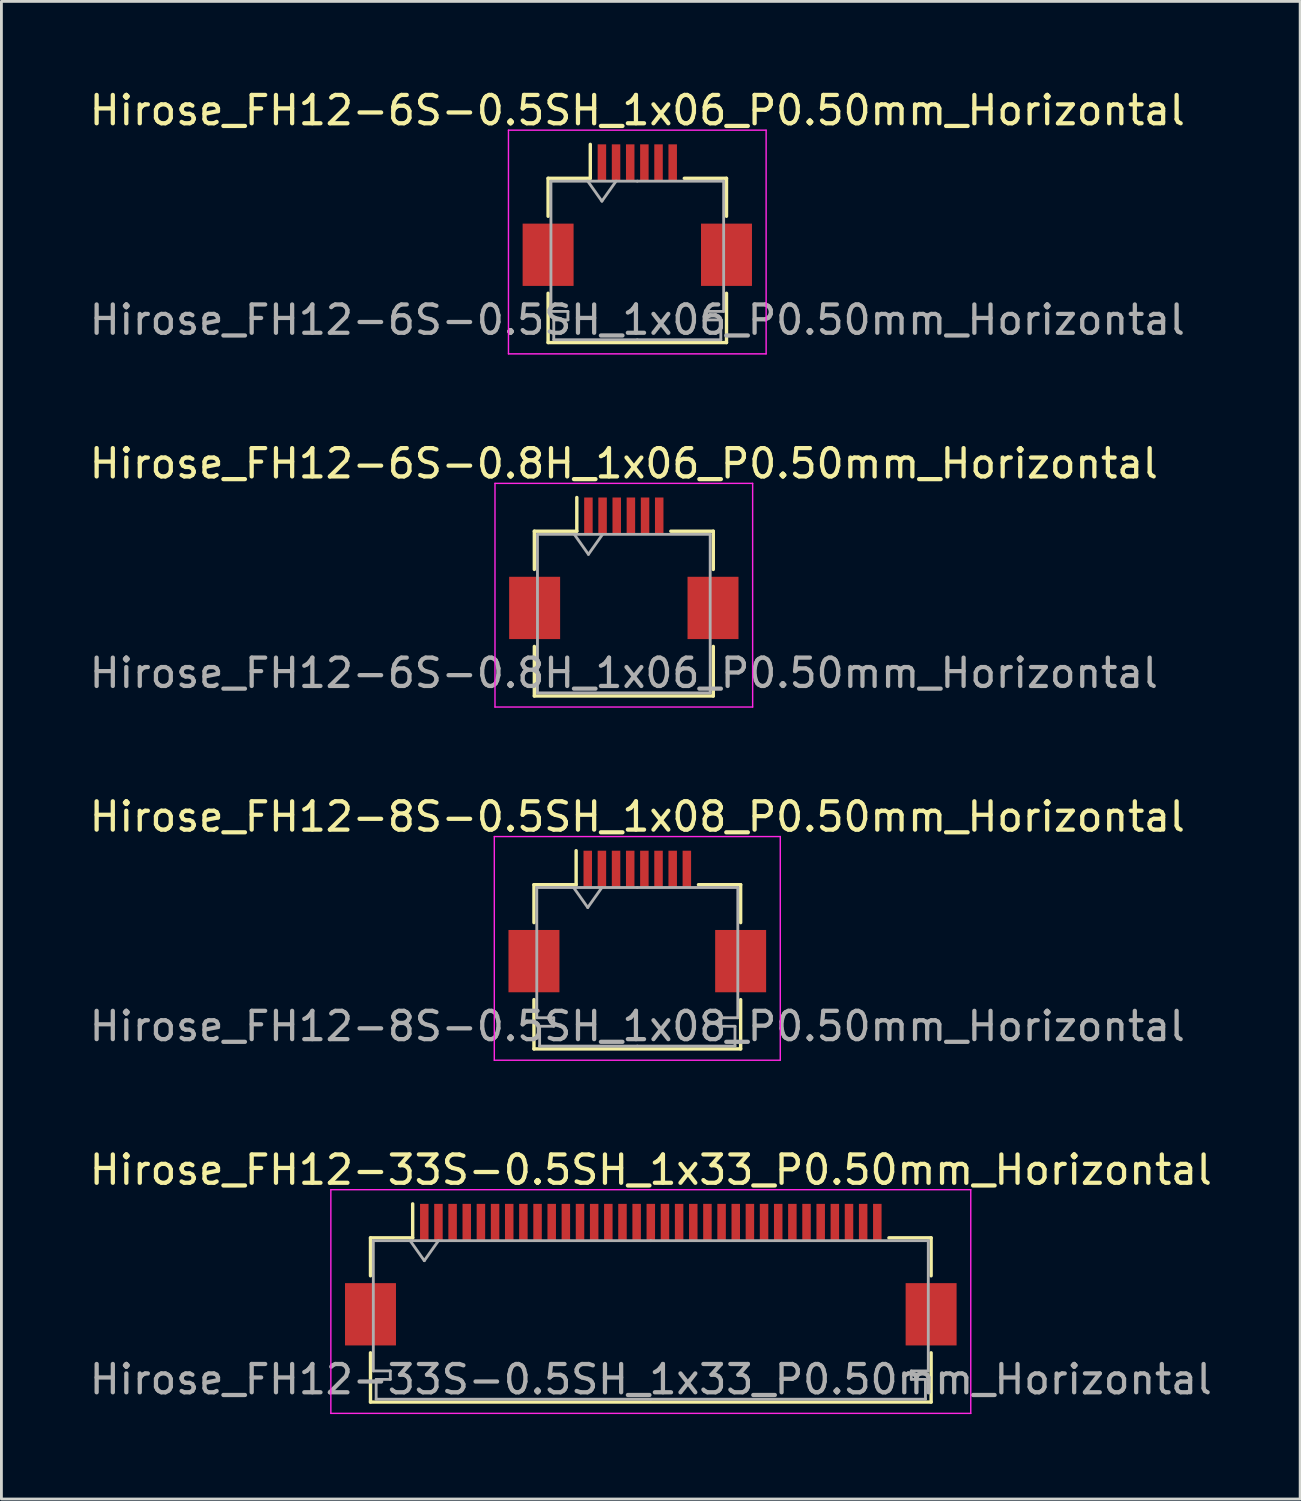
<source format=kicad_pcb>
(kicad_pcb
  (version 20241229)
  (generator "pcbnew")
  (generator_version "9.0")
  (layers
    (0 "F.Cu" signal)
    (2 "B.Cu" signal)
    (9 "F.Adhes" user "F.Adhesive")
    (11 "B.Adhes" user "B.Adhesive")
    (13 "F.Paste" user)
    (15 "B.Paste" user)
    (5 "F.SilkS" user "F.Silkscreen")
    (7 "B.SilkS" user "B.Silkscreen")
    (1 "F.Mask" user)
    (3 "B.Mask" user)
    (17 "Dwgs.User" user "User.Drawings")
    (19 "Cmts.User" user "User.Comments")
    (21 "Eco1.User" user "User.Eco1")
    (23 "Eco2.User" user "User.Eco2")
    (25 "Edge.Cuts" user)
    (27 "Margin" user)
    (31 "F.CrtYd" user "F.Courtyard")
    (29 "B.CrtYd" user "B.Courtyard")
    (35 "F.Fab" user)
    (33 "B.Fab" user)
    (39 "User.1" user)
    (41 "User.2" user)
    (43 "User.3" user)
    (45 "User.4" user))
  (footprint "Hirose_FH12-6S-0.5SH_1x06_P0.50mm_Horizontal"
    (layer "F.Cu")
    (at 19.458 4.548)
    (property "Reference" "Hirose_FH12-6S-0.5SH_1x06_P0.50mm_Horizontal" (at 0 -3.7 0) (layer "F.SilkS") (effects (font (size 1 1) (thickness 0.15))))
    (attr smd)
    (fp_line (start -3.15 -1.3) (end -3.15 0.04) (stroke (width 0.12) (type solid)) (layer "F.SilkS"))
    (fp_line (start -3.15 2.76) (end -3.15 4.5) (stroke (width 0.12) (type solid)) (layer "F.SilkS"))
    (fp_line (start -3.15 4.5) (end 3.15 4.5) (stroke (width 0.12) (type solid)) (layer "F.SilkS"))
    (fp_line (start -1.66 -1.3) (end -3.15 -1.3) (stroke (width 0.12) (type solid)) (layer "F.SilkS"))
    (fp_line (start -1.66 -1.3) (end -1.66 -2.5) (stroke (width 0.12) (type solid)) (layer "F.SilkS"))
    (fp_line (start 1.66 -1.3) (end 3.15 -1.3) (stroke (width 0.12) (type solid)) (layer "F.SilkS"))
    (fp_line (start 3.15 -1.3) (end 3.15 0.04) (stroke (width 0.12) (type solid)) (layer "F.SilkS"))
    (fp_line (start 3.15 4.5) (end 3.15 2.76) (stroke (width 0.12) (type solid)) (layer "F.SilkS"))
    (fp_line (start -4.55 -3) (end -4.55 4.9) (stroke (width 0.05) (type solid)) (layer "F.CrtYd"))
    (fp_line (start -4.55 4.9) (end 4.55 4.9) (stroke (width 0.05) (type solid)) (layer "F.CrtYd"))
    (fp_line (start 4.55 -3) (end -4.55 -3) (stroke (width 0.05) (type solid)) (layer "F.CrtYd"))
    (fp_line (start 4.55 4.9) (end 4.55 -3) (stroke (width 0.05) (type solid)) (layer "F.CrtYd"))
    (fp_line (start -3.05 -1.2) (end -3.05 3.4) (stroke (width 0.1) (type solid)) (layer "F.Fab"))
    (fp_line (start -3.05 3.4) (end -2.45 3.4) (stroke (width 0.1) (type solid)) (layer "F.Fab"))
    (fp_line (start -2.95 3.7) (end -2.95 4.4) (stroke (width 0.1) (type solid)) (layer "F.Fab"))
    (fp_line (start -2.95 4.4) (end 0 4.4) (stroke (width 0.1) (type solid)) (layer "F.Fab"))
    (fp_line (start -2.45 3.4) (end -2.45 3.7) (stroke (width 0.1) (type solid)) (layer "F.Fab"))
    (fp_line (start -2.45 3.7) (end -2.95 3.7) (stroke (width 0.1) (type solid)) (layer "F.Fab"))
    (fp_line (start -1.75 -1.2) (end -1.25 -0.493) (stroke (width 0.1) (type solid)) (layer "F.Fab"))
    (fp_line (start -1.25 -0.493) (end -0.75 -1.2) (stroke (width 0.1) (type solid)) (layer "F.Fab"))
    (fp_line (start 0 -1.2) (end -3.05 -1.2) (stroke (width 0.1) (type solid)) (layer "F.Fab"))
    (fp_line (start 0 -1.2) (end 3.05 -1.2) (stroke (width 0.1) (type solid)) (layer "F.Fab"))
    (fp_line (start 2.45 3.4) (end 2.45 3.7) (stroke (width 0.1) (type solid)) (layer "F.Fab"))
    (fp_line (start 2.45 3.7) (end 2.95 3.7) (stroke (width 0.1) (type solid)) (layer "F.Fab"))
    (fp_line (start 2.95 3.7) (end 2.95 4.4) (stroke (width 0.1) (type solid)) (layer "F.Fab"))
    (fp_line (start 2.95 4.4) (end 0 4.4) (stroke (width 0.1) (type solid)) (layer "F.Fab"))
    (fp_line (start 3.05 -1.2) (end 3.05 3.4) (stroke (width 0.1) (type solid)) (layer "F.Fab"))
    (fp_line (start 3.05 3.4) (end 2.45 3.4) (stroke (width 0.1) (type solid)) (layer "F.Fab"))
    (fp_text user "${REFERENCE}" (at 0 3.7 0) (layer "F.Fab") (effects (font (size 1 1) (thickness 0.15))))
    (pad "" smd rect (at -3.15 1.4) (size 1.8 2.2) (layers "F.Cu" "F.Mask" "F.Paste"))
    (pad "" smd rect (at 3.15 1.4) (size 1.8 2.2) (layers "F.Cu" "F.Mask" "F.Paste"))
    (pad "1" smd rect (at -1.25 -1.85) (size 0.3 1.3) (layers "F.Cu" "F.Mask" "F.Paste"))
    (pad "2" smd rect (at -0.75 -1.85) (size 0.3 1.3) (layers "F.Cu" "F.Mask" "F.Paste"))
    (pad "3" smd rect (at -0.25 -1.85) (size 0.3 1.3) (layers "F.Cu" "F.Mask" "F.Paste"))
    (pad "4" smd rect (at 0.25 -1.85) (size 0.3 1.3) (layers "F.Cu" "F.Mask" "F.Paste"))
    (pad "5" smd rect (at 0.75 -1.85) (size 0.3 1.3) (layers "F.Cu" "F.Mask" "F.Paste"))
    (pad "6" smd rect (at 1.25 -1.85) (size 0.3 1.3) (layers "F.Cu" "F.Mask" "F.Paste")))
  (footprint "Hirose_FH12-6S-0.8H_1x06_P0.50mm_Horizontal"
    (layer "F.Cu")
    (at 18.982 17.021)
    (property "Reference" "Hirose_FH12-6S-0.8H_1x06_P0.50mm_Horizontal" (at 0 -3.7 0) (layer "F.SilkS") (effects (font (size 1 1) (thickness 0.15))))
    (attr smd)
    (fp_line (start -3.16 -1.31) (end -1.66 -1.31) (stroke (width 0.12) (type solid)) (layer "F.SilkS"))
    (fp_line (start -3.16 0.04) (end -3.16 -1.31) (stroke (width 0.12) (type solid)) (layer "F.SilkS"))
    (fp_line (start -3.16 2.76) (end -3.16 4.51) (stroke (width 0.12) (type solid)) (layer "F.SilkS"))
    (fp_line (start -3.16 4.51) (end 3.16 4.51) (stroke (width 0.12) (type solid)) (layer "F.SilkS"))
    (fp_line (start -1.66 -1.31) (end -1.66 -2.5) (stroke (width 0.12) (type solid)) (layer "F.SilkS"))
    (fp_line (start 3.16 -1.31) (end 1.66 -1.31) (stroke (width 0.12) (type solid)) (layer "F.SilkS"))
    (fp_line (start 3.16 0.04) (end 3.16 -1.31) (stroke (width 0.12) (type solid)) (layer "F.SilkS"))
    (fp_line (start 3.16 4.51) (end 3.16 2.76) (stroke (width 0.12) (type solid)) (layer "F.SilkS"))
    (fp_line (start -4.55 -3) (end -4.55 4.9) (stroke (width 0.05) (type solid)) (layer "F.CrtYd"))
    (fp_line (start -4.55 4.9) (end 4.55 4.9) (stroke (width 0.05) (type solid)) (layer "F.CrtYd"))
    (fp_line (start 4.55 -3) (end -4.55 -3) (stroke (width 0.05) (type solid)) (layer "F.CrtYd"))
    (fp_line (start 4.55 4.9) (end 4.55 -3) (stroke (width 0.05) (type solid)) (layer "F.CrtYd"))
    (fp_line (start -3.05 -1.2) (end -3.05 4.4) (stroke (width 0.1) (type solid)) (layer "F.Fab"))
    (fp_line (start -3.05 -1.2) (end 3.05 -1.2) (stroke (width 0.1) (type solid)) (layer "F.Fab"))
    (fp_line (start -3.05 4.4) (end 3.05 4.4) (stroke (width 0.1) (type solid)) (layer "F.Fab"))
    (fp_line (start -1.75 -1.2) (end -1.25 -0.493) (stroke (width 0.1) (type solid)) (layer "F.Fab"))
    (fp_line (start -1.25 -0.493) (end -0.75 -1.2) (stroke (width 0.1) (type solid)) (layer "F.Fab"))
    (fp_line (start 3.05 -1.2) (end 3.05 4.4) (stroke (width 0.1) (type solid)) (layer "F.Fab"))
    (fp_text user "${REFERENCE}" (at 0 3.7 0) (layer "F.Fab") (effects (font (size 1 1) (thickness 0.15))))
    (pad "" smd rect (at -3.15 1.4) (size 1.8 2.2) (layers "F.Cu" "F.Mask" "F.Paste"))
    (pad "" smd rect (at 3.15 1.4) (size 1.8 2.2) (layers "F.Cu" "F.Mask" "F.Paste"))
    (pad "1" smd rect (at -1.25 -1.85) (size 0.3 1.3) (layers "F.Cu" "F.Mask" "F.Paste"))
    (pad "2" smd rect (at -0.75 -1.85) (size 0.3 1.3) (layers "F.Cu" "F.Mask" "F.Paste"))
    (pad "3" smd rect (at -0.25 -1.85) (size 0.3 1.3) (layers "F.Cu" "F.Mask" "F.Paste"))
    (pad "4" smd rect (at 0.25 -1.85) (size 0.3 1.3) (layers "F.Cu" "F.Mask" "F.Paste"))
    (pad "5" smd rect (at 0.75 -1.85) (size 0.3 1.3) (layers "F.Cu" "F.Mask" "F.Paste"))
    (pad "6" smd rect (at 1.25 -1.85) (size 0.3 1.3) (layers "F.Cu" "F.Mask" "F.Paste")))
  (footprint "Hirose_FH12-33S-0.5SH_1x33_P0.50mm_Horizontal"
    (layer "F.Cu")
    (at 19.935 41.968)
    (property "Reference" "Hirose_FH12-33S-0.5SH_1x33_P0.50mm_Horizontal" (at 0 -3.7 0) (layer "F.SilkS") (effects (font (size 1 1) (thickness 0.15))))
    (attr smd)
    (fp_line (start -9.9 -1.3) (end -9.9 0.04) (stroke (width 0.12) (type solid)) (layer "F.SilkS"))
    (fp_line (start -9.9 2.76) (end -9.9 4.5) (stroke (width 0.12) (type solid)) (layer "F.SilkS"))
    (fp_line (start -9.9 4.5) (end 9.9 4.5) (stroke (width 0.12) (type solid)) (layer "F.SilkS"))
    (fp_line (start -8.41 -1.3) (end -9.9 -1.3) (stroke (width 0.12) (type solid)) (layer "F.SilkS"))
    (fp_line (start -8.41 -1.3) (end -8.41 -2.5) (stroke (width 0.12) (type solid)) (layer "F.SilkS"))
    (fp_line (start 8.41 -1.3) (end 9.9 -1.3) (stroke (width 0.12) (type solid)) (layer "F.SilkS"))
    (fp_line (start 9.9 -1.3) (end 9.9 0.04) (stroke (width 0.12) (type solid)) (layer "F.SilkS"))
    (fp_line (start 9.9 4.5) (end 9.9 2.76) (stroke (width 0.12) (type solid)) (layer "F.SilkS"))
    (fp_line (start -11.3 -3) (end -11.3 4.9) (stroke (width 0.05) (type solid)) (layer "F.CrtYd"))
    (fp_line (start -11.3 4.9) (end 11.3 4.9) (stroke (width 0.05) (type solid)) (layer "F.CrtYd"))
    (fp_line (start 11.3 -3) (end -11.3 -3) (stroke (width 0.05) (type solid)) (layer "F.CrtYd"))
    (fp_line (start 11.3 4.9) (end 11.3 -3) (stroke (width 0.05) (type solid)) (layer "F.CrtYd"))
    (fp_line (start -9.8 -1.2) (end -9.8 3.4) (stroke (width 0.1) (type solid)) (layer "F.Fab"))
    (fp_line (start -9.8 3.4) (end -9.2 3.4) (stroke (width 0.1) (type solid)) (layer "F.Fab"))
    (fp_line (start -9.7 3.7) (end -9.7 4.4) (stroke (width 0.1) (type solid)) (layer "F.Fab"))
    (fp_line (start -9.7 4.4) (end 0 4.4) (stroke (width 0.1) (type solid)) (layer "F.Fab"))
    (fp_line (start -9.2 3.4) (end -9.2 3.7) (stroke (width 0.1) (type solid)) (layer "F.Fab"))
    (fp_line (start -9.2 3.7) (end -9.7 3.7) (stroke (width 0.1) (type solid)) (layer "F.Fab"))
    (fp_line (start -8.5 -1.2) (end -8 -0.493) (stroke (width 0.1) (type solid)) (layer "F.Fab"))
    (fp_line (start -8 -0.493) (end -7.5 -1.2) (stroke (width 0.1) (type solid)) (layer "F.Fab"))
    (fp_line (start 0 -1.2) (end -9.8 -1.2) (stroke (width 0.1) (type solid)) (layer "F.Fab"))
    (fp_line (start 0 -1.2) (end 9.8 -1.2) (stroke (width 0.1) (type solid)) (layer "F.Fab"))
    (fp_line (start 9.2 3.4) (end 9.2 3.7) (stroke (width 0.1) (type solid)) (layer "F.Fab"))
    (fp_line (start 9.2 3.7) (end 9.7 3.7) (stroke (width 0.1) (type solid)) (layer "F.Fab"))
    (fp_line (start 9.7 3.7) (end 9.7 4.4) (stroke (width 0.1) (type solid)) (layer "F.Fab"))
    (fp_line (start 9.7 4.4) (end 0 4.4) (stroke (width 0.1) (type solid)) (layer "F.Fab"))
    (fp_line (start 9.8 -1.2) (end 9.8 3.4) (stroke (width 0.1) (type solid)) (layer "F.Fab"))
    (fp_line (start 9.8 3.4) (end 9.2 3.4) (stroke (width 0.1) (type solid)) (layer "F.Fab"))
    (fp_text user "${REFERENCE}" (at 0 3.7 0) (layer "F.Fab") (effects (font (size 1 1) (thickness 0.15))))
    (pad "" smd rect (at -9.9 1.4) (size 1.8 2.2) (layers "F.Cu" "F.Mask" "F.Paste"))
    (pad "" smd rect (at 9.9 1.4) (size 1.8 2.2) (layers "F.Cu" "F.Mask" "F.Paste"))
    (pad "1" smd rect (at -8 -1.85) (size 0.3 1.3) (layers "F.Cu" "F.Mask" "F.Paste"))
    (pad "2" smd rect (at -7.5 -1.85) (size 0.3 1.3) (layers "F.Cu" "F.Mask" "F.Paste"))
    (pad "3" smd rect (at -7 -1.85) (size 0.3 1.3) (layers "F.Cu" "F.Mask" "F.Paste"))
    (pad "4" smd rect (at -6.5 -1.85) (size 0.3 1.3) (layers "F.Cu" "F.Mask" "F.Paste"))
    (pad "5" smd rect (at -6 -1.85) (size 0.3 1.3) (layers "F.Cu" "F.Mask" "F.Paste"))
    (pad "6" smd rect (at -5.5 -1.85) (size 0.3 1.3) (layers "F.Cu" "F.Mask" "F.Paste"))
    (pad "7" smd rect (at -5 -1.85) (size 0.3 1.3) (layers "F.Cu" "F.Mask" "F.Paste"))
    (pad "8" smd rect (at -4.5 -1.85) (size 0.3 1.3) (layers "F.Cu" "F.Mask" "F.Paste"))
    (pad "9" smd rect (at -4 -1.85) (size 0.3 1.3) (layers "F.Cu" "F.Mask" "F.Paste"))
    (pad "10" smd rect (at -3.5 -1.85) (size 0.3 1.3) (layers "F.Cu" "F.Mask" "F.Paste"))
    (pad "11" smd rect (at -3 -1.85) (size 0.3 1.3) (layers "F.Cu" "F.Mask" "F.Paste"))
    (pad "12" smd rect (at -2.5 -1.85) (size 0.3 1.3) (layers "F.Cu" "F.Mask" "F.Paste"))
    (pad "13" smd rect (at -2 -1.85) (size 0.3 1.3) (layers "F.Cu" "F.Mask" "F.Paste"))
    (pad "14" smd rect (at -1.5 -1.85) (size 0.3 1.3) (layers "F.Cu" "F.Mask" "F.Paste"))
    (pad "15" smd rect (at -1 -1.85) (size 0.3 1.3) (layers "F.Cu" "F.Mask" "F.Paste"))
    (pad "16" smd rect (at -0.5 -1.85) (size 0.3 1.3) (layers "F.Cu" "F.Mask" "F.Paste"))
    (pad "17" smd rect (at 0 -1.85) (size 0.3 1.3) (layers "F.Cu" "F.Mask" "F.Paste"))
    (pad "18" smd rect (at 0.5 -1.85) (size 0.3 1.3) (layers "F.Cu" "F.Mask" "F.Paste"))
    (pad "19" smd rect (at 1 -1.85) (size 0.3 1.3) (layers "F.Cu" "F.Mask" "F.Paste"))
    (pad "20" smd rect (at 1.5 -1.85) (size 0.3 1.3) (layers "F.Cu" "F.Mask" "F.Paste"))
    (pad "21" smd rect (at 2 -1.85) (size 0.3 1.3) (layers "F.Cu" "F.Mask" "F.Paste"))
    (pad "22" smd rect (at 2.5 -1.85) (size 0.3 1.3) (layers "F.Cu" "F.Mask" "F.Paste"))
    (pad "23" smd rect (at 3 -1.85) (size 0.3 1.3) (layers "F.Cu" "F.Mask" "F.Paste"))
    (pad "24" smd rect (at 3.5 -1.85) (size 0.3 1.3) (layers "F.Cu" "F.Mask" "F.Paste"))
    (pad "25" smd rect (at 4 -1.85) (size 0.3 1.3) (layers "F.Cu" "F.Mask" "F.Paste"))
    (pad "26" smd rect (at 4.5 -1.85) (size 0.3 1.3) (layers "F.Cu" "F.Mask" "F.Paste"))
    (pad "27" smd rect (at 5 -1.85) (size 0.3 1.3) (layers "F.Cu" "F.Mask" "F.Paste"))
    (pad "28" smd rect (at 5.5 -1.85) (size 0.3 1.3) (layers "F.Cu" "F.Mask" "F.Paste"))
    (pad "29" smd rect (at 6 -1.85) (size 0.3 1.3) (layers "F.Cu" "F.Mask" "F.Paste"))
    (pad "30" smd rect (at 6.5 -1.85) (size 0.3 1.3) (layers "F.Cu" "F.Mask" "F.Paste"))
    (pad "31" smd rect (at 7 -1.85) (size 0.3 1.3) (layers "F.Cu" "F.Mask" "F.Paste"))
    (pad "32" smd rect (at 7.5 -1.85) (size 0.3 1.3) (layers "F.Cu" "F.Mask" "F.Paste"))
    (pad "33" smd rect (at 8 -1.85) (size 0.3 1.3) (layers "F.Cu" "F.Mask" "F.Paste")))
  (footprint "Hirose_FH12-8S-0.5SH_1x08_P0.50mm_Horizontal"
    (layer "F.Cu")
    (at 19.458 29.495)
    (property "Reference" "Hirose_FH12-8S-0.5SH_1x08_P0.50mm_Horizontal" (at 0 -3.7 0) (layer "F.SilkS") (effects (font (size 1 1) (thickness 0.15))))
    (attr smd)
    (fp_line (start -3.65 -1.3) (end -3.65 0.04) (stroke (width 0.12) (type solid)) (layer "F.SilkS"))
    (fp_line (start -3.65 2.76) (end -3.65 4.5) (stroke (width 0.12) (type solid)) (layer "F.SilkS"))
    (fp_line (start -3.65 4.5) (end 3.65 4.5) (stroke (width 0.12) (type solid)) (layer "F.SilkS"))
    (fp_line (start -2.16 -1.3) (end -3.65 -1.3) (stroke (width 0.12) (type solid)) (layer "F.SilkS"))
    (fp_line (start -2.16 -1.3) (end -2.16 -2.5) (stroke (width 0.12) (type solid)) (layer "F.SilkS"))
    (fp_line (start 2.16 -1.3) (end 3.65 -1.3) (stroke (width 0.12) (type solid)) (layer "F.SilkS"))
    (fp_line (start 3.65 -1.3) (end 3.65 0.04) (stroke (width 0.12) (type solid)) (layer "F.SilkS"))
    (fp_line (start 3.65 4.5) (end 3.65 2.76) (stroke (width 0.12) (type solid)) (layer "F.SilkS"))
    (fp_line (start -5.05 -3) (end -5.05 4.9) (stroke (width 0.05) (type solid)) (layer "F.CrtYd"))
    (fp_line (start -5.05 4.9) (end 5.05 4.9) (stroke (width 0.05) (type solid)) (layer "F.CrtYd"))
    (fp_line (start 5.05 -3) (end -5.05 -3) (stroke (width 0.05) (type solid)) (layer "F.CrtYd"))
    (fp_line (start 5.05 4.9) (end 5.05 -3) (stroke (width 0.05) (type solid)) (layer "F.CrtYd"))
    (fp_line (start -3.55 -1.2) (end -3.55 3.4) (stroke (width 0.1) (type solid)) (layer "F.Fab"))
    (fp_line (start -3.55 3.4) (end -2.95 3.4) (stroke (width 0.1) (type solid)) (layer "F.Fab"))
    (fp_line (start -3.45 3.7) (end -3.45 4.4) (stroke (width 0.1) (type solid)) (layer "F.Fab"))
    (fp_line (start -3.45 4.4) (end 0 4.4) (stroke (width 0.1) (type solid)) (layer "F.Fab"))
    (fp_line (start -2.95 3.4) (end -2.95 3.7) (stroke (width 0.1) (type solid)) (layer "F.Fab"))
    (fp_line (start -2.95 3.7) (end -3.45 3.7) (stroke (width 0.1) (type solid)) (layer "F.Fab"))
    (fp_line (start -2.25 -1.2) (end -1.75 -0.493) (stroke (width 0.1) (type solid)) (layer "F.Fab"))
    (fp_line (start -1.75 -0.493) (end -1.25 -1.2) (stroke (width 0.1) (type solid)) (layer "F.Fab"))
    (fp_line (start 0 -1.2) (end -3.55 -1.2) (stroke (width 0.1) (type solid)) (layer "F.Fab"))
    (fp_line (start 0 -1.2) (end 3.55 -1.2) (stroke (width 0.1) (type solid)) (layer "F.Fab"))
    (fp_line (start 2.95 3.4) (end 2.95 3.7) (stroke (width 0.1) (type solid)) (layer "F.Fab"))
    (fp_line (start 2.95 3.7) (end 3.45 3.7) (stroke (width 0.1) (type solid)) (layer "F.Fab"))
    (fp_line (start 3.45 3.7) (end 3.45 4.4) (stroke (width 0.1) (type solid)) (layer "F.Fab"))
    (fp_line (start 3.45 4.4) (end 0 4.4) (stroke (width 0.1) (type solid)) (layer "F.Fab"))
    (fp_line (start 3.55 -1.2) (end 3.55 3.4) (stroke (width 0.1) (type solid)) (layer "F.Fab"))
    (fp_line (start 3.55 3.4) (end 2.95 3.4) (stroke (width 0.1) (type solid)) (layer "F.Fab"))
    (fp_text user "${REFERENCE}" (at 0 3.7 0) (layer "F.Fab") (effects (font (size 1 1) (thickness 0.15))))
    (pad "" smd rect (at -3.65 1.4) (size 1.8 2.2) (layers "F.Cu" "F.Mask" "F.Paste"))
    (pad "" smd rect (at 3.65 1.4) (size 1.8 2.2) (layers "F.Cu" "F.Mask" "F.Paste"))
    (pad "1" smd rect (at -1.75 -1.85) (size 0.3 1.3) (layers "F.Cu" "F.Mask" "F.Paste"))
    (pad "2" smd rect (at -1.25 -1.85) (size 0.3 1.3) (layers "F.Cu" "F.Mask" "F.Paste"))
    (pad "3" smd rect (at -0.75 -1.85) (size 0.3 1.3) (layers "F.Cu" "F.Mask" "F.Paste"))
    (pad "4" smd rect (at -0.25 -1.85) (size 0.3 1.3) (layers "F.Cu" "F.Mask" "F.Paste"))
    (pad "5" smd rect (at 0.25 -1.85) (size 0.3 1.3) (layers "F.Cu" "F.Mask" "F.Paste"))
    (pad "6" smd rect (at 0.75 -1.85) (size 0.3 1.3) (layers "F.Cu" "F.Mask" "F.Paste"))
    (pad "7" smd rect (at 1.25 -1.85) (size 0.3 1.3) (layers "F.Cu" "F.Mask" "F.Paste"))
    (pad "8" smd rect (at 1.75 -1.85) (size 0.3 1.3) (layers "F.Cu" "F.Mask" "F.Paste")))
  (gr_rect
    (start -3 -3)
    (end 42.869 49.893)
    (stroke (width 0.1) (type default))
    (fill no)
    (layer "Edge.Cuts")))
</source>
